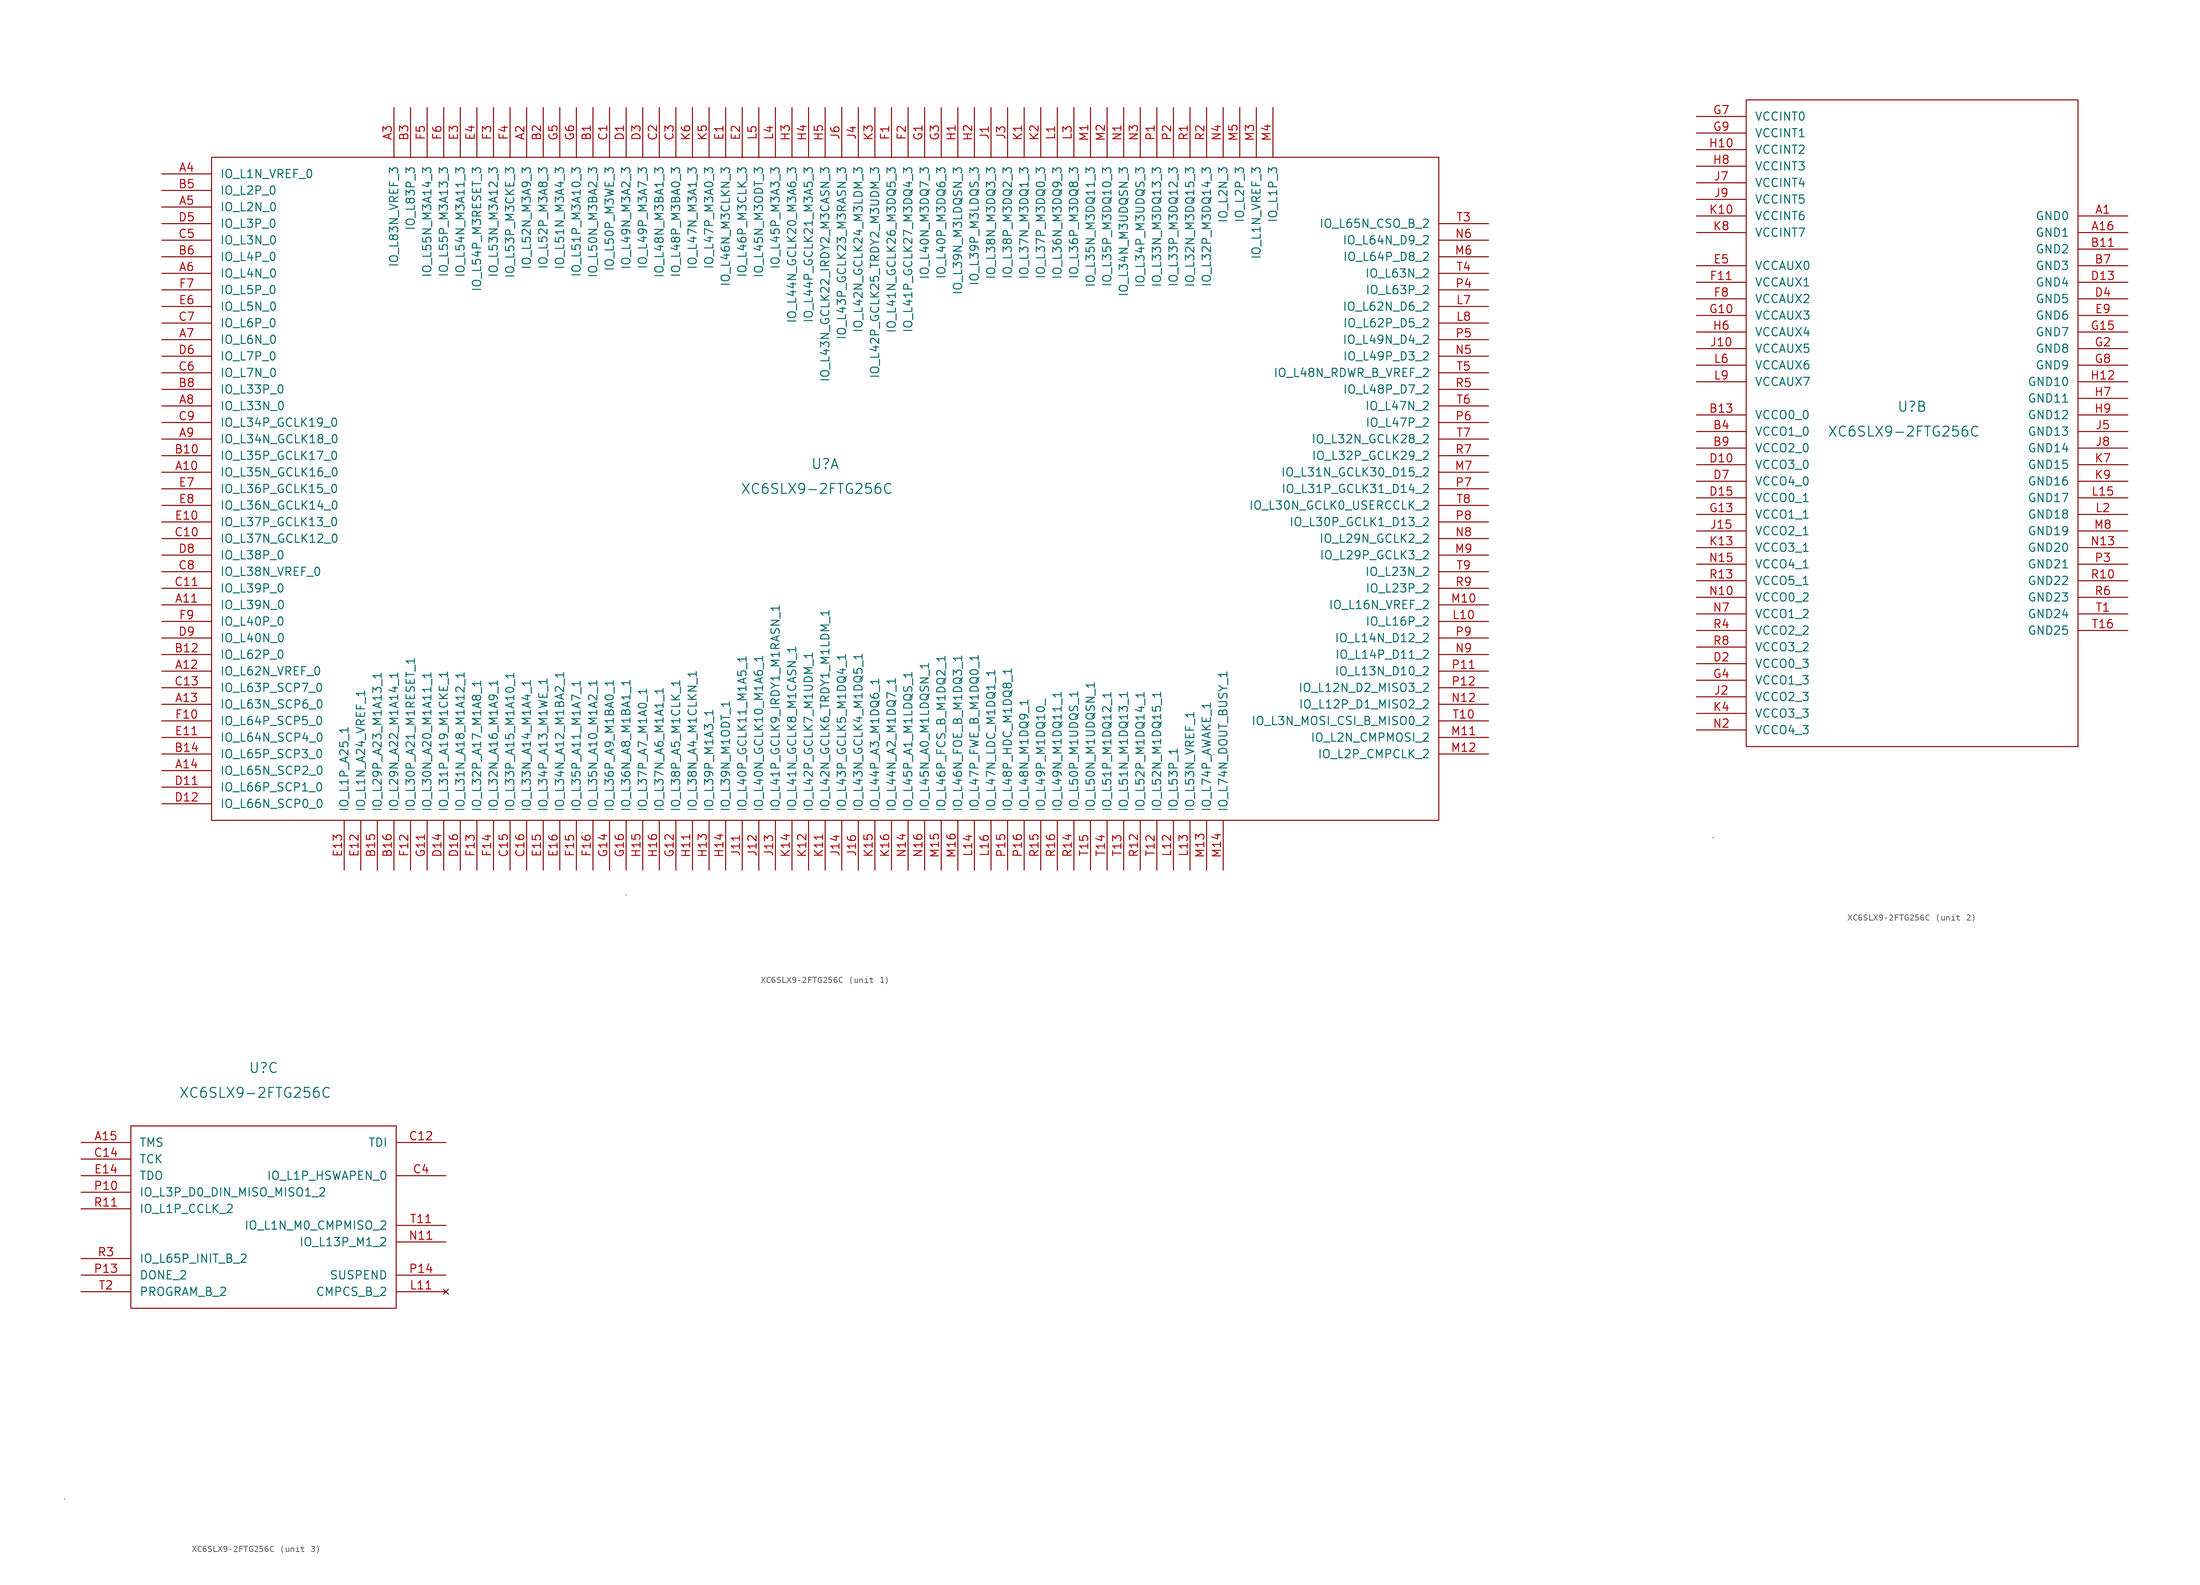
<source format=kicad_sym>
(kicad_symbol_lib
  (version 20211014)
  (generator kicad_symbol_editor)
  (symbol "XC6SLX9-2FTG256C"
    (pin_names
      (offset 1.27))
    (property "Reference" "U"
      (at 0 3.81 0)
      (effects (font (size 1.524 1.524))))
    (property "Value" "XC6SLX9-2FTG256C"
      (at -1.27 0 0)
      (effects (font (size 1.524 1.524))))
    (property "Datasheet" ""
      (at 0 0 0)
      (effects (font (size 1.524 1.524))))
    (property "Height" ""
      (at 0 0 0)
      (effects (font (size 1.27 1.27))))
    (property "ki_locked" ""
      (at 0 0 0)
      (effects (font (size 1.27 1.27))))
    (symbol "XC6SLX9-2FTG256C_0_1"
      (rectangle (start -30.48 -62.23) (end -30.48 -62.23) (stroke (width 0) (type default) (color 0 0 0 0)) (fill (type none))))
    (symbol "XC6SLX9-2FTG256C_1_1"
      (rectangle (start -93.98 50.8) (end 93.98 -50.8) (stroke (width 0) (type default) (color 0 0 0 0)) (fill (type none)))
      (pin bidirectional line (at -101.6 2.54 0) (length 7.62) (name "IO_L35N_GCLK16_0" (effects (font (size 1.27 1.27)))) (number "A10" (effects (font (size 1.27 1.27)))))
      (pin bidirectional line (at -101.6 -17.78 0) (length 7.62) (name "IO_L39N_0" (effects (font (size 1.27 1.27)))) (number "A11" (effects (font (size 1.27 1.27)))))
      (pin bidirectional line (at -101.6 -27.94 0) (length 7.62) (name "IO_L62N_VREF_0" (effects (font (size 1.27 1.27)))) (number "A12" (effects (font (size 1.27 1.27)))))
      (pin bidirectional line (at -101.6 -33.02 0) (length 7.62) (name "IO_L63N_SCP6_0" (effects (font (size 1.27 1.27)))) (number "A13" (effects (font (size 1.27 1.27)))))
      (pin bidirectional line (at -101.6 -43.18 0) (length 7.62) (name "IO_L65N_SCP2_0" (effects (font (size 1.27 1.27)))) (number "A14" (effects (font (size 1.27 1.27)))))
      (pin bidirectional line (at -45.72 58.42 270) (length 7.62) (name "IO_L52N_M3A9_3" (effects (font (size 1.27 1.27)))) (number "A2" (effects (font (size 1.27 1.27)))))
      (pin bidirectional line (at -66.04 58.42 270) (length 7.62) (name "IO_L83N_VREF_3" (effects (font (size 1.27 1.27)))) (number "A3" (effects (font (size 1.27 1.27)))))
      (pin bidirectional line (at -101.6 48.26 0) (length 7.62) (name "IO_L1N_VREF_0" (effects (font (size 1.27 1.27)))) (number "A4" (effects (font (size 1.27 1.27)))))
      (pin bidirectional line (at -101.6 43.18 0) (length 7.62) (name "IO_L2N_0" (effects (font (size 1.27 1.27)))) (number "A5" (effects (font (size 1.27 1.27)))))
      (pin bidirectional line (at -101.6 33.02 0) (length 7.62) (name "IO_L4N_0" (effects (font (size 1.27 1.27)))) (number "A6" (effects (font (size 1.27 1.27)))))
      (pin bidirectional line (at -101.6 22.86 0) (length 7.62) (name "IO_L6N_0" (effects (font (size 1.27 1.27)))) (number "A7" (effects (font (size 1.27 1.27)))))
      (pin bidirectional line (at -101.6 12.7 0) (length 7.62) (name "IO_L33N_0" (effects (font (size 1.27 1.27)))) (number "A8" (effects (font (size 1.27 1.27)))))
      (pin bidirectional line (at -101.6 7.62 0) (length 7.62) (name "IO_L34N_GCLK18_0" (effects (font (size 1.27 1.27)))) (number "A9" (effects (font (size 1.27 1.27)))))
      (pin bidirectional line (at -35.56 58.42 270) (length 7.62) (name "IO_L50N_M3BA2_3" (effects (font (size 1.27 1.27)))) (number "B1" (effects (font (size 1.27 1.27)))))
      (pin input line (at -101.6 5.08 0) (length 7.62) (name "IO_L35P_GCLK17_0" (effects (font (size 1.27 1.27)))) (number "B10" (effects (font (size 1.27 1.27)))))
      (pin bidirectional line (at -101.6 -25.4 0) (length 7.62) (name "IO_L62P_0" (effects (font (size 1.27 1.27)))) (number "B12" (effects (font (size 1.27 1.27)))))
      (pin bidirectional line (at -101.6 -40.64 0) (length 7.62) (name "IO_L65P_SCP3_0" (effects (font (size 1.27 1.27)))) (number "B14" (effects (font (size 1.27 1.27)))))
      (pin bidirectional line (at -68.58 -58.42 90) (length 7.62) (name "IO_L29P_A23_M1A13_1" (effects (font (size 1.27 1.27)))) (number "B15" (effects (font (size 1.27 1.27)))))
      (pin bidirectional line (at -66.04 -58.42 90) (length 7.62) (name "IO_L29N_A22_M1A14_1" (effects (font (size 1.27 1.27)))) (number "B16" (effects (font (size 1.27 1.27)))))
      (pin bidirectional line (at -43.18 58.42 270) (length 7.62) (name "IO_L52P_M3A8_3" (effects (font (size 1.27 1.27)))) (number "B2" (effects (font (size 1.27 1.27)))))
      (pin bidirectional line (at -63.5 58.42 270) (length 7.62) (name "IO_L83P_3" (effects (font (size 1.27 1.27)))) (number "B3" (effects (font (size 1.27 1.27)))))
      (pin bidirectional line (at -101.6 45.72 0) (length 7.62) (name "IO_L2P_0" (effects (font (size 1.27 1.27)))) (number "B5" (effects (font (size 1.27 1.27)))))
      (pin input line (at -101.6 35.56 0) (length 7.62) (name "IO_L4P_0" (effects (font (size 1.27 1.27)))) (number "B6" (effects (font (size 1.27 1.27)))))
      (pin bidirectional line (at -101.6 15.24 0) (length 7.62) (name "IO_L33P_0" (effects (font (size 1.27 1.27)))) (number "B8" (effects (font (size 1.27 1.27)))))
      (pin bidirectional line (at -33.02 58.42 270) (length 7.62) (name "IO_L50P_M3WE_3" (effects (font (size 1.27 1.27)))) (number "C1" (effects (font (size 1.27 1.27)))))
      (pin bidirectional line (at -101.6 -7.62 0) (length 7.62) (name "IO_L37N_GCLK12_0" (effects (font (size 1.27 1.27)))) (number "C10" (effects (font (size 1.27 1.27)))))
      (pin bidirectional line (at -101.6 -15.24 0) (length 7.62) (name "IO_L39P_0" (effects (font (size 1.27 1.27)))) (number "C11" (effects (font (size 1.27 1.27)))))
      (pin bidirectional line (at -101.6 -30.48 0) (length 7.62) (name "IO_L63P_SCP7_0" (effects (font (size 1.27 1.27)))) (number "C13" (effects (font (size 1.27 1.27)))))
      (pin input line (at -48.26 -58.42 90) (length 7.62) (name "IO_L33P_A15_M1A10_1" (effects (font (size 1.27 1.27)))) (number "C15" (effects (font (size 1.27 1.27)))))
      (pin bidirectional line (at -45.72 -58.42 90) (length 7.62) (name "IO_L33N_A14_M1A4_1" (effects (font (size 1.27 1.27)))) (number "C16" (effects (font (size 1.27 1.27)))))
      (pin bidirectional line (at -25.4 58.42 270) (length 7.62) (name "IO_L48N_M3BA1_3" (effects (font (size 1.27 1.27)))) (number "C2" (effects (font (size 1.27 1.27)))))
      (pin bidirectional line (at -22.86 58.42 270) (length 7.62) (name "IO_L48P_M3BA0_3" (effects (font (size 1.27 1.27)))) (number "C3" (effects (font (size 1.27 1.27)))))
      (pin bidirectional line (at -101.6 38.1 0) (length 7.62) (name "IO_L3N_0" (effects (font (size 1.27 1.27)))) (number "C5" (effects (font (size 1.27 1.27)))))
      (pin bidirectional line (at -101.6 17.78 0) (length 7.62) (name "IO_L7N_0" (effects (font (size 1.27 1.27)))) (number "C6" (effects (font (size 1.27 1.27)))))
      (pin bidirectional line (at -101.6 25.4 0) (length 7.62) (name "IO_L6P_0" (effects (font (size 1.27 1.27)))) (number "C7" (effects (font (size 1.27 1.27)))))
      (pin bidirectional line (at -101.6 -12.7 0) (length 7.62) (name "IO_L38N_VREF_0" (effects (font (size 1.27 1.27)))) (number "C8" (effects (font (size 1.27 1.27)))))
      (pin bidirectional line (at -101.6 10.16 0) (length 7.62) (name "IO_L34P_GCLK19_0" (effects (font (size 1.27 1.27)))) (number "C9" (effects (font (size 1.27 1.27)))))
      (pin bidirectional line (at -30.48 58.42 270) (length 7.62) (name "IO_L49N_M3A2_3" (effects (font (size 1.27 1.27)))) (number "D1" (effects (font (size 1.27 1.27)))))
      (pin bidirectional line (at -101.6 -45.72 0) (length 7.62) (name "IO_L66P_SCP1_0" (effects (font (size 1.27 1.27)))) (number "D11" (effects (font (size 1.27 1.27)))))
      (pin bidirectional line (at -101.6 -48.26 0) (length 7.62) (name "IO_L66N_SCP0_0" (effects (font (size 1.27 1.27)))) (number "D12" (effects (font (size 1.27 1.27)))))
      (pin bidirectional line (at -58.42 -58.42 90) (length 7.62) (name "IO_L31P_A19_M1CKE_1" (effects (font (size 1.27 1.27)))) (number "D14" (effects (font (size 1.27 1.27)))))
      (pin bidirectional line (at -55.88 -58.42 90) (length 7.62) (name "IO_L31N_A18_M1A12_1" (effects (font (size 1.27 1.27)))) (number "D16" (effects (font (size 1.27 1.27)))))
      (pin bidirectional line (at -27.94 58.42 270) (length 7.62) (name "IO_L49P_M3A7_3" (effects (font (size 1.27 1.27)))) (number "D3" (effects (font (size 1.27 1.27)))))
      (pin bidirectional line (at -101.6 40.64 0) (length 7.62) (name "IO_L3P_0" (effects (font (size 1.27 1.27)))) (number "D5" (effects (font (size 1.27 1.27)))))
      (pin bidirectional line (at -101.6 20.32 0) (length 7.62) (name "IO_L7P_0" (effects (font (size 1.27 1.27)))) (number "D6" (effects (font (size 1.27 1.27)))))
      (pin bidirectional line (at -101.6 -10.16 0) (length 7.62) (name "IO_L38P_0" (effects (font (size 1.27 1.27)))) (number "D8" (effects (font (size 1.27 1.27)))))
      (pin bidirectional line (at -101.6 -22.86 0) (length 7.62) (name "IO_L40N_0" (effects (font (size 1.27 1.27)))) (number "D9" (effects (font (size 1.27 1.27)))))
      (pin bidirectional line (at -15.24 58.42 270) (length 7.62) (name "IO_L46N_M3CLKN_3" (effects (font (size 1.27 1.27)))) (number "E1" (effects (font (size 1.27 1.27)))))
      (pin bidirectional line (at -101.6 -5.08 0) (length 7.62) (name "IO_L37P_GCLK13_0" (effects (font (size 1.27 1.27)))) (number "E10" (effects (font (size 1.27 1.27)))))
      (pin bidirectional line (at -101.6 -38.1 0) (length 7.62) (name "IO_L64N_SCP4_0" (effects (font (size 1.27 1.27)))) (number "E11" (effects (font (size 1.27 1.27)))))
      (pin bidirectional line (at -71.12 -58.42 90) (length 7.62) (name "IO_L1N_A24_VREF_1" (effects (font (size 1.27 1.27)))) (number "E12" (effects (font (size 1.27 1.27)))))
      (pin bidirectional line (at -73.66 -58.42 90) (length 7.62) (name "IO_L1P_A25_1" (effects (font (size 1.27 1.27)))) (number "E13" (effects (font (size 1.27 1.27)))))
      (pin bidirectional line (at -43.18 -58.42 90) (length 7.62) (name "IO_L34P_A13_M1WE_1" (effects (font (size 1.27 1.27)))) (number "E15" (effects (font (size 1.27 1.27)))))
      (pin bidirectional line (at -40.64 -58.42 90) (length 7.62) (name "IO_L34N_A12_M1BA2_1" (effects (font (size 1.27 1.27)))) (number "E16" (effects (font (size 1.27 1.27)))))
      (pin bidirectional line (at -12.7 58.42 270) (length 7.62) (name "IO_L46P_M3CLK_3" (effects (font (size 1.27 1.27)))) (number "E2" (effects (font (size 1.27 1.27)))))
      (pin bidirectional line (at -55.88 58.42 270) (length 7.62) (name "IO_L54N_M3A11_3" (effects (font (size 1.27 1.27)))) (number "E3" (effects (font (size 1.27 1.27)))))
      (pin bidirectional line (at -53.34 58.42 270) (length 7.62) (name "IO_L54P_M3RESET_3" (effects (font (size 1.27 1.27)))) (number "E4" (effects (font (size 1.27 1.27)))))
      (pin bidirectional line (at -101.6 27.94 0) (length 7.62) (name "IO_L5N_0" (effects (font (size 1.27 1.27)))) (number "E6" (effects (font (size 1.27 1.27)))))
      (pin bidirectional line (at -101.6 0 0) (length 7.62) (name "IO_L36P_GCLK15_0" (effects (font (size 1.27 1.27)))) (number "E7" (effects (font (size 1.27 1.27)))))
      (pin bidirectional line (at -101.6 -2.54 0) (length 7.62) (name "IO_L36N_GCLK14_0" (effects (font (size 1.27 1.27)))) (number "E8" (effects (font (size 1.27 1.27)))))
      (pin bidirectional line (at 10.16 58.42 270) (length 7.62) (name "IO_L41N_GCLK26_M3DQ5_3" (effects (font (size 1.27 1.27)))) (number "F1" (effects (font (size 1.27 1.27)))))
      (pin bidirectional line (at -101.6 -35.56 0) (length 7.62) (name "IO_L64P_SCP5_0" (effects (font (size 1.27 1.27)))) (number "F10" (effects (font (size 1.27 1.27)))))
      (pin bidirectional line (at -63.5 -58.42 90) (length 7.62) (name "IO_L30P_A21_M1RESET_1" (effects (font (size 1.27 1.27)))) (number "F12" (effects (font (size 1.27 1.27)))))
      (pin bidirectional line (at -53.34 -58.42 90) (length 7.62) (name "IO_L32P_A17_M1A8_1" (effects (font (size 1.27 1.27)))) (number "F13" (effects (font (size 1.27 1.27)))))
      (pin bidirectional line (at -50.8 -58.42 90) (length 7.62) (name "IO_L32N_A16_M1A9_1" (effects (font (size 1.27 1.27)))) (number "F14" (effects (font (size 1.27 1.27)))))
      (pin bidirectional line (at -38.1 -58.42 90) (length 7.62) (name "IO_L35P_A11_M1A7_1" (effects (font (size 1.27 1.27)))) (number "F15" (effects (font (size 1.27 1.27)))))
      (pin bidirectional line (at -35.56 -58.42 90) (length 7.62) (name "IO_L35N_A10_M1A2_1" (effects (font (size 1.27 1.27)))) (number "F16" (effects (font (size 1.27 1.27)))))
      (pin bidirectional line (at 12.7 58.42 270) (length 7.62) (name "IO_L41P_GCLK27_M3DQ4_3" (effects (font (size 1.27 1.27)))) (number "F2" (effects (font (size 1.27 1.27)))))
      (pin bidirectional line (at -50.8 58.42 270) (length 7.62) (name "IO_L53N_M3A12_3" (effects (font (size 1.27 1.27)))) (number "F3" (effects (font (size 1.27 1.27)))))
      (pin bidirectional line (at -48.26 58.42 270) (length 7.62) (name "IO_L53P_M3CKE_3" (effects (font (size 1.27 1.27)))) (number "F4" (effects (font (size 1.27 1.27)))))
      (pin bidirectional line (at -60.96 58.42 270) (length 7.62) (name "IO_L55N_M3A14_3" (effects (font (size 1.27 1.27)))) (number "F5" (effects (font (size 1.27 1.27)))))
      (pin bidirectional line (at -58.42 58.42 270) (length 7.62) (name "IO_L55P_M3A13_3" (effects (font (size 1.27 1.27)))) (number "F6" (effects (font (size 1.27 1.27)))))
      (pin bidirectional line (at -101.6 30.48 0) (length 7.62) (name "IO_L5P_0" (effects (font (size 1.27 1.27)))) (number "F7" (effects (font (size 1.27 1.27)))))
      (pin bidirectional line (at -101.6 -20.32 0) (length 7.62) (name "IO_L40P_0" (effects (font (size 1.27 1.27)))) (number "F9" (effects (font (size 1.27 1.27)))))
      (pin bidirectional line (at 15.24 58.42 270) (length 7.62) (name "IO_L40N_M3DQ7_3" (effects (font (size 1.27 1.27)))) (number "G1" (effects (font (size 1.27 1.27)))))
      (pin bidirectional line (at -60.96 -58.42 90) (length 7.62) (name "IO_L30N_A20_M1A11_1" (effects (font (size 1.27 1.27)))) (number "G11" (effects (font (size 1.27 1.27)))))
      (pin bidirectional line (at -22.86 -58.42 90) (length 7.62) (name "IO_L38P_A5_M1CLK_1" (effects (font (size 1.27 1.27)))) (number "G12" (effects (font (size 1.27 1.27)))))
      (pin bidirectional line (at -33.02 -58.42 90) (length 7.62) (name "IO_L36P_A9_M1BA0_1" (effects (font (size 1.27 1.27)))) (number "G14" (effects (font (size 1.27 1.27)))))
      (pin bidirectional line (at -30.48 -58.42 90) (length 7.62) (name "IO_L36N_A8_M1BA1_1" (effects (font (size 1.27 1.27)))) (number "G16" (effects (font (size 1.27 1.27)))))
      (pin bidirectional line (at 17.78 58.42 270) (length 7.62) (name "IO_L40P_M3DQ6_3" (effects (font (size 1.27 1.27)))) (number "G3" (effects (font (size 1.27 1.27)))))
      (pin bidirectional line (at -40.64 58.42 270) (length 7.62) (name "IO_L51N_M3A4_3" (effects (font (size 1.27 1.27)))) (number "G5" (effects (font (size 1.27 1.27)))))
      (pin bidirectional line (at -38.1 58.42 270) (length 7.62) (name "IO_L51P_M3A10_3" (effects (font (size 1.27 1.27)))) (number "G6" (effects (font (size 1.27 1.27)))))
      (pin bidirectional line (at 20.32 58.42 270) (length 7.62) (name "IO_L39N_M3LDQSN_3" (effects (font (size 1.27 1.27)))) (number "H1" (effects (font (size 1.27 1.27)))))
      (pin bidirectional line (at -20.32 -58.42 90) (length 7.62) (name "IO_L38N_A4_M1CLKN_1" (effects (font (size 1.27 1.27)))) (number "H11" (effects (font (size 1.27 1.27)))))
      (pin bidirectional line (at -17.78 -58.42 90) (length 7.62) (name "IO_L39P_M1A3_1" (effects (font (size 1.27 1.27)))) (number "H13" (effects (font (size 1.27 1.27)))))
      (pin input line (at -15.24 -58.42 90) (length 7.62) (name "IO_L39N_M1ODT_1" (effects (font (size 1.27 1.27)))) (number "H14" (effects (font (size 1.27 1.27)))))
      (pin bidirectional line (at -27.94 -58.42 90) (length 7.62) (name "IO_L37P_A7_M1A0_1" (effects (font (size 1.27 1.27)))) (number "H15" (effects (font (size 1.27 1.27)))))
      (pin bidirectional line (at -25.4 -58.42 90) (length 7.62) (name "IO_L37N_A6_M1A1_1" (effects (font (size 1.27 1.27)))) (number "H16" (effects (font (size 1.27 1.27)))))
      (pin bidirectional line (at 22.86 58.42 270) (length 7.62) (name "IO_L39P_M3LDQS_3" (effects (font (size 1.27 1.27)))) (number "H2" (effects (font (size 1.27 1.27)))))
      (pin bidirectional line (at -5.08 58.42 270) (length 7.62) (name "IO_L44N_GCLK20_M3A6_3" (effects (font (size 1.27 1.27)))) (number "H3" (effects (font (size 1.27 1.27)))))
      (pin bidirectional line (at -2.54 58.42 270) (length 7.62) (name "IO_L44P_GCLK21_M3A5_3" (effects (font (size 1.27 1.27)))) (number "H4" (effects (font (size 1.27 1.27)))))
      (pin bidirectional line (at 0 58.42 270) (length 7.62) (name "IO_L43N_GCLK22_IRDY2_M3CASN_3" (effects (font (size 1.27 1.27)))) (number "H5" (effects (font (size 1.27 1.27)))))
      (pin bidirectional line (at 25.4 58.42 270) (length 7.62) (name "IO_L38N_M3DQ3_3" (effects (font (size 1.27 1.27)))) (number "J1" (effects (font (size 1.27 1.27)))))
      (pin bidirectional line (at -12.7 -58.42 90) (length 7.62) (name "IO_L40P_GCLK11_M1A5_1" (effects (font (size 1.27 1.27)))) (number "J11" (effects (font (size 1.27 1.27)))))
      (pin bidirectional line (at -10.16 -58.42 90) (length 7.62) (name "IO_L40N_GCLK10_M1A6_1" (effects (font (size 1.27 1.27)))) (number "J12" (effects (font (size 1.27 1.27)))))
      (pin bidirectional line (at -7.62 -58.42 90) (length 7.62) (name "IO_L41P_GCLK9_IRDY1_M1RASN_1" (effects (font (size 1.27 1.27)))) (number "J13" (effects (font (size 1.27 1.27)))))
      (pin bidirectional line (at 2.54 -58.42 90) (length 7.62) (name "IO_L43P_GCLK5_M1DQ4_1" (effects (font (size 1.27 1.27)))) (number "J14" (effects (font (size 1.27 1.27)))))
      (pin bidirectional line (at 5.08 -58.42 90) (length 7.62) (name "IO_L43N_GCLK4_M1DQ5_1" (effects (font (size 1.27 1.27)))) (number "J16" (effects (font (size 1.27 1.27)))))
      (pin bidirectional line (at 27.94 58.42 270) (length 7.62) (name "IO_L38P_M3DQ2_3" (effects (font (size 1.27 1.27)))) (number "J3" (effects (font (size 1.27 1.27)))))
      (pin bidirectional line (at 5.08 58.42 270) (length 7.62) (name "IO_L42N_GCLK24_M3LDM_3" (effects (font (size 1.27 1.27)))) (number "J4" (effects (font (size 1.27 1.27)))))
      (pin bidirectional line (at 2.54 58.42 270) (length 7.62) (name "IO_L43P_GCLK23_M3RASN_3" (effects (font (size 1.27 1.27)))) (number "J6" (effects (font (size 1.27 1.27)))))
      (pin bidirectional line (at 30.48 58.42 270) (length 7.62) (name "IO_L37N_M3DQ1_3" (effects (font (size 1.27 1.27)))) (number "K1" (effects (font (size 1.27 1.27)))))
      (pin bidirectional line (at 0 -58.42 90) (length 7.62) (name "IO_L42N_GCLK6_TRDY1_M1LDM_1" (effects (font (size 1.27 1.27)))) (number "K11" (effects (font (size 1.27 1.27)))))
      (pin bidirectional line (at -2.54 -58.42 90) (length 7.62) (name "IO_L42P_GCLK7_M1UDM_1" (effects (font (size 1.27 1.27)))) (number "K12" (effects (font (size 1.27 1.27)))))
      (pin bidirectional line (at -5.08 -58.42 90) (length 7.62) (name "IO_L41N_GCLK8_M1CASN_1" (effects (font (size 1.27 1.27)))) (number "K14" (effects (font (size 1.27 1.27)))))
      (pin bidirectional line (at 7.62 -58.42 90) (length 7.62) (name "IO_L44P_A3_M1DQ6_1" (effects (font (size 1.27 1.27)))) (number "K15" (effects (font (size 1.27 1.27)))))
      (pin bidirectional line (at 10.16 -58.42 90) (length 7.62) (name "IO_L44N_A2_M1DQ7_1" (effects (font (size 1.27 1.27)))) (number "K16" (effects (font (size 1.27 1.27)))))
      (pin bidirectional line (at 33.02 58.42 270) (length 7.62) (name "IO_L37P_M3DQ0_3" (effects (font (size 1.27 1.27)))) (number "K2" (effects (font (size 1.27 1.27)))))
      (pin bidirectional line (at 7.62 58.42 270) (length 7.62) (name "IO_L42P_GCLK25_TRDY2_M3UDM_3" (effects (font (size 1.27 1.27)))) (number "K3" (effects (font (size 1.27 1.27)))))
      (pin bidirectional line (at -17.78 58.42 270) (length 7.62) (name "IO_L47P_M3A0_3" (effects (font (size 1.27 1.27)))) (number "K5" (effects (font (size 1.27 1.27)))))
      (pin bidirectional line (at -20.32 58.42 270) (length 7.62) (name "IO_L47N_M3A1_3" (effects (font (size 1.27 1.27)))) (number "K6" (effects (font (size 1.27 1.27)))))
      (pin bidirectional line (at 35.56 58.42 270) (length 7.62) (name "IO_L36N_M3DQ9_3" (effects (font (size 1.27 1.27)))) (number "L1" (effects (font (size 1.27 1.27)))))
      (pin bidirectional line (at 101.6 -20.32 180) (length 7.62) (name "IO_L16P_2" (effects (font (size 1.27 1.27)))) (number "L10" (effects (font (size 1.27 1.27)))))
      (pin bidirectional line (at 53.34 -58.42 90) (length 7.62) (name "IO_L53P_1" (effects (font (size 1.27 1.27)))) (number "L12" (effects (font (size 1.27 1.27)))))
      (pin bidirectional line (at 55.88 -58.42 90) (length 7.62) (name "IO_L53N_VREF_1" (effects (font (size 1.27 1.27)))) (number "L13" (effects (font (size 1.27 1.27)))))
      (pin bidirectional line (at 22.86 -58.42 90) (length 7.62) (name "IO_L47P_FWE_B_M1DQ0_1" (effects (font (size 1.27 1.27)))) (number "L14" (effects (font (size 1.27 1.27)))))
      (pin bidirectional line (at 25.4 -58.42 90) (length 7.62) (name "IO_L47N_LDC_M1DQ1_1" (effects (font (size 1.27 1.27)))) (number "L16" (effects (font (size 1.27 1.27)))))
      (pin bidirectional line (at 38.1 58.42 270) (length 7.62) (name "IO_L36P_M3DQ8_3" (effects (font (size 1.27 1.27)))) (number "L3" (effects (font (size 1.27 1.27)))))
      (pin bidirectional line (at -7.62 58.42 270) (length 7.62) (name "IO_L45P_M3A3_3" (effects (font (size 1.27 1.27)))) (number "L4" (effects (font (size 1.27 1.27)))))
      (pin bidirectional line (at -10.16 58.42 270) (length 7.62) (name "IO_L45N_M3ODT_3" (effects (font (size 1.27 1.27)))) (number "L5" (effects (font (size 1.27 1.27)))))
      (pin input line (at 101.6 27.94 180) (length 7.62) (name "IO_L62N_D6_2" (effects (font (size 1.27 1.27)))) (number "L7" (effects (font (size 1.27 1.27)))))
      (pin input line (at 101.6 25.4 180) (length 7.62) (name "IO_L62P_D5_2" (effects (font (size 1.27 1.27)))) (number "L8" (effects (font (size 1.27 1.27)))))
      (pin bidirectional line (at 40.64 58.42 270) (length 7.62) (name "IO_L35N_M3DQ11_3" (effects (font (size 1.27 1.27)))) (number "M1" (effects (font (size 1.27 1.27)))))
      (pin bidirectional line (at 101.6 -17.78 180) (length 7.62) (name "IO_L16N_VREF_2" (effects (font (size 1.27 1.27)))) (number "M10" (effects (font (size 1.27 1.27)))))
      (pin bidirectional line (at 101.6 -38.1 180) (length 7.62) (name "IO_L2N_CMPMOSI_2" (effects (font (size 1.27 1.27)))) (number "M11" (effects (font (size 1.27 1.27)))))
      (pin bidirectional line (at 101.6 -40.64 180) (length 7.62) (name "IO_L2P_CMPCLK_2" (effects (font (size 1.27 1.27)))) (number "M12" (effects (font (size 1.27 1.27)))))
      (pin bidirectional line (at 58.42 -58.42 90) (length 7.62) (name "IO_L74P_AWAKE_1" (effects (font (size 1.27 1.27)))) (number "M13" (effects (font (size 1.27 1.27)))))
      (pin bidirectional line (at 60.96 -58.42 90) (length 7.62) (name "IO_L74N_DOUT_BUSY_1" (effects (font (size 1.27 1.27)))) (number "M14" (effects (font (size 1.27 1.27)))))
      (pin bidirectional line (at 17.78 -58.42 90) (length 7.62) (name "IO_L46P_FCS_B_M1DQ2_1" (effects (font (size 1.27 1.27)))) (number "M15" (effects (font (size 1.27 1.27)))))
      (pin bidirectional line (at 20.32 -58.42 90) (length 7.62) (name "IO_L46N_FOE_B_M1DQ3_1" (effects (font (size 1.27 1.27)))) (number "M16" (effects (font (size 1.27 1.27)))))
      (pin bidirectional line (at 43.18 58.42 270) (length 7.62) (name "IO_L35P_M3DQ10_3" (effects (font (size 1.27 1.27)))) (number "M2" (effects (font (size 1.27 1.27)))))
      (pin bidirectional line (at 66.04 58.42 270) (length 7.62) (name "IO_L1N_VREF_3" (effects (font (size 1.27 1.27)))) (number "M3" (effects (font (size 1.27 1.27)))))
      (pin bidirectional line (at 68.58 58.42 270) (length 7.62) (name "IO_L1P_3" (effects (font (size 1.27 1.27)))) (number "M4" (effects (font (size 1.27 1.27)))))
      (pin bidirectional line (at 63.5 58.42 270) (length 7.62) (name "IO_L2P_3" (effects (font (size 1.27 1.27)))) (number "M5" (effects (font (size 1.27 1.27)))))
      (pin input line (at 101.6 35.56 180) (length 7.62) (name "IO_L64P_D8_2" (effects (font (size 1.27 1.27)))) (number "M6" (effects (font (size 1.27 1.27)))))
      (pin bidirectional line (at 101.6 2.54 180) (length 7.62) (name "IO_L31N_GCLK30_D15_2" (effects (font (size 1.27 1.27)))) (number "M7" (effects (font (size 1.27 1.27)))))
      (pin bidirectional line (at 101.6 -10.16 180) (length 7.62) (name "IO_L29P_GCLK3_2" (effects (font (size 1.27 1.27)))) (number "M9" (effects (font (size 1.27 1.27)))))
      (pin bidirectional line (at 45.72 58.42 270) (length 7.62) (name "IO_L34N_M3UDQSN_3" (effects (font (size 1.27 1.27)))) (number "N1" (effects (font (size 1.27 1.27)))))
      (pin bidirectional line (at 101.6 -33.02 180) (length 7.62) (name "IO_L12P_D1_MISO2_2" (effects (font (size 1.27 1.27)))) (number "N12" (effects (font (size 1.27 1.27)))))
      (pin bidirectional line (at 12.7 -58.42 90) (length 7.62) (name "IO_L45P_A1_M1LDQS_1" (effects (font (size 1.27 1.27)))) (number "N14" (effects (font (size 1.27 1.27)))))
      (pin bidirectional line (at 15.24 -58.42 90) (length 7.62) (name "IO_L45N_A0_M1LDQSN_1" (effects (font (size 1.27 1.27)))) (number "N16" (effects (font (size 1.27 1.27)))))
      (pin input line (at 48.26 58.42 270) (length 7.62) (name "IO_L34P_M3UDQS_3" (effects (font (size 1.27 1.27)))) (number "N3" (effects (font (size 1.27 1.27)))))
      (pin bidirectional line (at 60.96 58.42 270) (length 7.62) (name "IO_L2N_3" (effects (font (size 1.27 1.27)))) (number "N4" (effects (font (size 1.27 1.27)))))
      (pin input line (at 101.6 20.32 180) (length 7.62) (name "IO_L49P_D3_2" (effects (font (size 1.27 1.27)))) (number "N5" (effects (font (size 1.27 1.27)))))
      (pin input line (at 101.6 38.1 180) (length 7.62) (name "IO_L64N_D9_2" (effects (font (size 1.27 1.27)))) (number "N6" (effects (font (size 1.27 1.27)))))
      (pin bidirectional line (at 101.6 -7.62 180) (length 7.62) (name "IO_L29N_GCLK2_2" (effects (font (size 1.27 1.27)))) (number "N8" (effects (font (size 1.27 1.27)))))
      (pin bidirectional line (at 101.6 -25.4 180) (length 7.62) (name "IO_L14P_D11_2" (effects (font (size 1.27 1.27)))) (number "N9" (effects (font (size 1.27 1.27)))))
      (pin bidirectional line (at 50.8 58.42 270) (length 7.62) (name "IO_L33N_M3DQ13_3" (effects (font (size 1.27 1.27)))) (number "P1" (effects (font (size 1.27 1.27)))))
      (pin bidirectional line (at 101.6 -27.94 180) (length 7.62) (name "IO_L13N_D10_2" (effects (font (size 1.27 1.27)))) (number "P11" (effects (font (size 1.27 1.27)))))
      (pin bidirectional line (at 101.6 -30.48 180) (length 7.62) (name "IO_L12N_D2_MISO3_2" (effects (font (size 1.27 1.27)))) (number "P12" (effects (font (size 1.27 1.27)))))
      (pin bidirectional line (at 27.94 -58.42 90) (length 7.62) (name "IO_L48P_HDC_M1DQ8_1" (effects (font (size 1.27 1.27)))) (number "P15" (effects (font (size 1.27 1.27)))))
      (pin bidirectional line (at 30.48 -58.42 90) (length 7.62) (name "IO_L48N_M1DQ9_1" (effects (font (size 1.27 1.27)))) (number "P16" (effects (font (size 1.27 1.27)))))
      (pin bidirectional line (at 53.34 58.42 270) (length 7.62) (name "IO_L33P_M3DQ12_3" (effects (font (size 1.27 1.27)))) (number "P2" (effects (font (size 1.27 1.27)))))
      (pin input line (at 101.6 30.48 180) (length 7.62) (name "IO_L63P_2" (effects (font (size 1.27 1.27)))) (number "P4" (effects (font (size 1.27 1.27)))))
      (pin input line (at 101.6 22.86 180) (length 7.62) (name "IO_L49N_D4_2" (effects (font (size 1.27 1.27)))) (number "P5" (effects (font (size 1.27 1.27)))))
      (pin input line (at 101.6 10.16 180) (length 7.62) (name "IO_L47P_2" (effects (font (size 1.27 1.27)))) (number "P6" (effects (font (size 1.27 1.27)))))
      (pin bidirectional line (at 101.6 0 180) (length 7.62) (name "IO_L31P_GCLK31_D14_2" (effects (font (size 1.27 1.27)))) (number "P7" (effects (font (size 1.27 1.27)))))
      (pin bidirectional line (at 101.6 -5.08 180) (length 7.62) (name "IO_L30P_GCLK1_D13_2" (effects (font (size 1.27 1.27)))) (number "P8" (effects (font (size 1.27 1.27)))))
      (pin bidirectional line (at 101.6 -22.86 180) (length 7.62) (name "IO_L14N_D12_2" (effects (font (size 1.27 1.27)))) (number "P9" (effects (font (size 1.27 1.27)))))
      (pin bidirectional line (at 55.88 58.42 270) (length 7.62) (name "IO_L32N_M3DQ15_3" (effects (font (size 1.27 1.27)))) (number "R1" (effects (font (size 1.27 1.27)))))
      (pin bidirectional line (at 48.26 -58.42 90) (length 7.62) (name "IO_L52P_M1DQ14_1" (effects (font (size 1.27 1.27)))) (number "R12" (effects (font (size 1.27 1.27)))))
      (pin bidirectional line (at 38.1 -58.42 90) (length 7.62) (name "IO_L50P_M1UDQS_1" (effects (font (size 1.27 1.27)))) (number "R14" (effects (font (size 1.27 1.27)))))
      (pin bidirectional line (at 33.02 -58.42 90) (length 7.62) (name "IO_L49P_M1DQ10_" (effects (font (size 1.27 1.27)))) (number "R15" (effects (font (size 1.27 1.27)))))
      (pin bidirectional line (at 35.56 -58.42 90) (length 7.62) (name "IO_L49N_M1DQ11_1" (effects (font (size 1.27 1.27)))) (number "R16" (effects (font (size 1.27 1.27)))))
      (pin bidirectional line (at 58.42 58.42 270) (length 7.62) (name "IO_L32P_M3DQ14_3" (effects (font (size 1.27 1.27)))) (number "R2" (effects (font (size 1.27 1.27)))))
      (pin input line (at 101.6 15.24 180) (length 7.62) (name "IO_L48P_D7_2" (effects (font (size 1.27 1.27)))) (number "R5" (effects (font (size 1.27 1.27)))))
      (pin bidirectional line (at 101.6 5.08 180) (length 7.62) (name "IO_L32P_GCLK29_2" (effects (font (size 1.27 1.27)))) (number "R7" (effects (font (size 1.27 1.27)))))
      (pin bidirectional line (at 101.6 -15.24 180) (length 7.62) (name "IO_L23P_2" (effects (font (size 1.27 1.27)))) (number "R9" (effects (font (size 1.27 1.27)))))
      (pin bidirectional line (at 101.6 -35.56 180) (length 7.62) (name "IO_L3N_MOSI_CSI_B_MISO0_2" (effects (font (size 1.27 1.27)))) (number "T10" (effects (font (size 1.27 1.27)))))
      (pin bidirectional line (at 50.8 -58.42 90) (length 7.62) (name "IO_L52N_M1DQ15_1" (effects (font (size 1.27 1.27)))) (number "T12" (effects (font (size 1.27 1.27)))))
      (pin bidirectional line (at 45.72 -58.42 90) (length 7.62) (name "IO_L51N_M1DQ13_1" (effects (font (size 1.27 1.27)))) (number "T13" (effects (font (size 1.27 1.27)))))
      (pin bidirectional line (at 43.18 -58.42 90) (length 7.62) (name "IO_L51P_M1DQ12_1" (effects (font (size 1.27 1.27)))) (number "T14" (effects (font (size 1.27 1.27)))))
      (pin bidirectional line (at 40.64 -58.42 90) (length 7.62) (name "IO_L50N_M1UDQSN_1" (effects (font (size 1.27 1.27)))) (number "T15" (effects (font (size 1.27 1.27)))))
      (pin input line (at 101.6 40.64 180) (length 7.62) (name "IO_L65N_CSO_B_2" (effects (font (size 1.27 1.27)))) (number "T3" (effects (font (size 1.27 1.27)))))
      (pin input line (at 101.6 33.02 180) (length 7.62) (name "IO_L63N_2" (effects (font (size 1.27 1.27)))) (number "T4" (effects (font (size 1.27 1.27)))))
      (pin input line (at 101.6 17.78 180) (length 7.62) (name "IO_L48N_RDWR_B_VREF_2" (effects (font (size 1.27 1.27)))) (number "T5" (effects (font (size 1.27 1.27)))))
      (pin input line (at 101.6 12.7 180) (length 7.62) (name "IO_L47N_2" (effects (font (size 1.27 1.27)))) (number "T6" (effects (font (size 1.27 1.27)))))
      (pin bidirectional line (at 101.6 7.62 180) (length 7.62) (name "IO_L32N_GCLK28_2" (effects (font (size 1.27 1.27)))) (number "T7" (effects (font (size 1.27 1.27)))))
      (pin bidirectional line (at 101.6 -2.54 180) (length 7.62) (name "IO_L30N_GCLK0_USERCCLK_2" (effects (font (size 1.27 1.27)))) (number "T8" (effects (font (size 1.27 1.27)))))
      (pin bidirectional line (at 101.6 -12.7 180) (length 7.62) (name "IO_L23N_2" (effects (font (size 1.27 1.27)))) (number "T9" (effects (font (size 1.27 1.27))))))
    (symbol "XC6SLX9-2FTG256C_2_1"
      (rectangle (start -25.4 50.8) (end 25.4 -48.26) (stroke (width 0) (type default) (color 0 0 0 0)) (fill (type none)))
      (pin power_in line (at 33.02 33.02 180) (length 7.62) (name "GND0" (effects (font (size 1.27 1.27)))) (number "A1" (effects (font (size 1.27 1.27)))))
      (pin power_in line (at 33.02 30.48 180) (length 7.62) (name "GND1" (effects (font (size 1.27 1.27)))) (number "A16" (effects (font (size 1.27 1.27)))))
      (pin power_in line (at 33.02 27.94 180) (length 7.62) (name "GND2" (effects (font (size 1.27 1.27)))) (number "B11" (effects (font (size 1.27 1.27)))))
      (pin power_in line (at -33.02 2.54 0) (length 7.62) (name "VCCO0_0" (effects (font (size 1.27 1.27)))) (number "B13" (effects (font (size 1.27 1.27)))))
      (pin power_in line (at -33.02 0 0) (length 7.62) (name "VCCO1_0" (effects (font (size 1.27 1.27)))) (number "B4" (effects (font (size 1.27 1.27)))))
      (pin power_in line (at 33.02 25.4 180) (length 7.62) (name "GND3" (effects (font (size 1.27 1.27)))) (number "B7" (effects (font (size 1.27 1.27)))))
      (pin power_in line (at -33.02 -2.54 0) (length 7.62) (name "VCCO2_0" (effects (font (size 1.27 1.27)))) (number "B9" (effects (font (size 1.27 1.27)))))
      (pin power_in line (at -33.02 -5.08 0) (length 7.62) (name "VCCO3_0" (effects (font (size 1.27 1.27)))) (number "D10" (effects (font (size 1.27 1.27)))))
      (pin power_in line (at 33.02 22.86 180) (length 7.62) (name "GND4" (effects (font (size 1.27 1.27)))) (number "D13" (effects (font (size 1.27 1.27)))))
      (pin power_in line (at -33.02 -10.16 0) (length 7.62) (name "VCCO0_1" (effects (font (size 1.27 1.27)))) (number "D15" (effects (font (size 1.27 1.27)))))
      (pin power_in line (at -33.02 -35.56 0) (length 7.62) (name "VCCO0_3" (effects (font (size 1.27 1.27)))) (number "D2" (effects (font (size 1.27 1.27)))))
      (pin power_in line (at 33.02 20.32 180) (length 7.62) (name "GND5" (effects (font (size 1.27 1.27)))) (number "D4" (effects (font (size 1.27 1.27)))))
      (pin power_in line (at -33.02 -7.62 0) (length 7.62) (name "VCCO4_0" (effects (font (size 1.27 1.27)))) (number "D7" (effects (font (size 1.27 1.27)))))
      (pin power_in line (at -33.02 25.4 0) (length 7.62) (name "VCCAUX0" (effects (font (size 1.27 1.27)))) (number "E5" (effects (font (size 1.27 1.27)))))
      (pin power_in line (at 33.02 17.78 180) (length 7.62) (name "GND6" (effects (font (size 1.27 1.27)))) (number "E9" (effects (font (size 1.27 1.27)))))
      (pin power_in line (at -33.02 22.86 0) (length 7.62) (name "VCCAUX1" (effects (font (size 1.27 1.27)))) (number "F11" (effects (font (size 1.27 1.27)))))
      (pin power_in line (at -33.02 20.32 0) (length 7.62) (name "VCCAUX2" (effects (font (size 1.27 1.27)))) (number "F8" (effects (font (size 1.27 1.27)))))
      (pin power_in line (at -33.02 17.78 0) (length 7.62) (name "VCCAUX3" (effects (font (size 1.27 1.27)))) (number "G10" (effects (font (size 1.27 1.27)))))
      (pin power_in line (at -33.02 -12.7 0) (length 7.62) (name "VCCO1_1" (effects (font (size 1.27 1.27)))) (number "G13" (effects (font (size 1.27 1.27)))))
      (pin power_in line (at 33.02 15.24 180) (length 7.62) (name "GND7" (effects (font (size 1.27 1.27)))) (number "G15" (effects (font (size 1.27 1.27)))))
      (pin power_in line (at 33.02 12.7 180) (length 7.62) (name "GND8" (effects (font (size 1.27 1.27)))) (number "G2" (effects (font (size 1.27 1.27)))))
      (pin power_in line (at -33.02 -38.1 0) (length 7.62) (name "VCCO1_3" (effects (font (size 1.27 1.27)))) (number "G4" (effects (font (size 1.27 1.27)))))
      (pin power_in line (at -33.02 48.26 0) (length 7.62) (name "VCCINT0" (effects (font (size 1.27 1.27)))) (number "G7" (effects (font (size 1.27 1.27)))))
      (pin power_in line (at 33.02 10.16 180) (length 7.62) (name "GND9" (effects (font (size 1.27 1.27)))) (number "G8" (effects (font (size 1.27 1.27)))))
      (pin power_in line (at -33.02 45.72 0) (length 7.62) (name "VCCINT1" (effects (font (size 1.27 1.27)))) (number "G9" (effects (font (size 1.27 1.27)))))
      (pin power_in line (at -33.02 43.18 0) (length 7.62) (name "VCCINT2" (effects (font (size 1.27 1.27)))) (number "H10" (effects (font (size 1.27 1.27)))))
      (pin power_in line (at 33.02 7.62 180) (length 7.62) (name "GND10" (effects (font (size 1.27 1.27)))) (number "H12" (effects (font (size 1.27 1.27)))))
      (pin power_in line (at -33.02 15.24 0) (length 7.62) (name "VCCAUX4" (effects (font (size 1.27 1.27)))) (number "H6" (effects (font (size 1.27 1.27)))))
      (pin power_in line (at 33.02 5.08 180) (length 7.62) (name "GND11" (effects (font (size 1.27 1.27)))) (number "H7" (effects (font (size 1.27 1.27)))))
      (pin power_in line (at -33.02 40.64 0) (length 7.62) (name "VCCINT3" (effects (font (size 1.27 1.27)))) (number "H8" (effects (font (size 1.27 1.27)))))
      (pin power_in line (at 33.02 2.54 180) (length 7.62) (name "GND12" (effects (font (size 1.27 1.27)))) (number "H9" (effects (font (size 1.27 1.27)))))
      (pin power_in line (at -33.02 12.7 0) (length 7.62) (name "VCCAUX5" (effects (font (size 1.27 1.27)))) (number "J10" (effects (font (size 1.27 1.27)))))
      (pin power_in line (at -33.02 -15.24 0) (length 7.62) (name "VCCO2_1" (effects (font (size 1.27 1.27)))) (number "J15" (effects (font (size 1.27 1.27)))))
      (pin power_in line (at -33.02 -40.64 0) (length 7.62) (name "VCCO2_3" (effects (font (size 1.27 1.27)))) (number "J2" (effects (font (size 1.27 1.27)))))
      (pin power_in line (at 33.02 0 180) (length 7.62) (name "GND13" (effects (font (size 1.27 1.27)))) (number "J5" (effects (font (size 1.27 1.27)))))
      (pin power_in line (at -33.02 38.1 0) (length 7.62) (name "VCCINT4" (effects (font (size 1.27 1.27)))) (number "J7" (effects (font (size 1.27 1.27)))))
      (pin power_in line (at 33.02 -2.54 180) (length 7.62) (name "GND14" (effects (font (size 1.27 1.27)))) (number "J8" (effects (font (size 1.27 1.27)))))
      (pin power_in line (at -33.02 35.56 0) (length 7.62) (name "VCCINT5" (effects (font (size 1.27 1.27)))) (number "J9" (effects (font (size 1.27 1.27)))))
      (pin power_in line (at -33.02 33.02 0) (length 7.62) (name "VCCINT6" (effects (font (size 1.27 1.27)))) (number "K10" (effects (font (size 1.27 1.27)))))
      (pin power_in line (at -33.02 -17.78 0) (length 7.62) (name "VCCO3_1" (effects (font (size 1.27 1.27)))) (number "K13" (effects (font (size 1.27 1.27)))))
      (pin power_in line (at -33.02 -43.18 0) (length 7.62) (name "VCCO3_3" (effects (font (size 1.27 1.27)))) (number "K4" (effects (font (size 1.27 1.27)))))
      (pin power_in line (at 33.02 -5.08 180) (length 7.62) (name "GND15" (effects (font (size 1.27 1.27)))) (number "K7" (effects (font (size 1.27 1.27)))))
      (pin power_in line (at -33.02 30.48 0) (length 7.62) (name "VCCINT7" (effects (font (size 1.27 1.27)))) (number "K8" (effects (font (size 1.27 1.27)))))
      (pin power_in line (at 33.02 -7.62 180) (length 7.62) (name "GND16" (effects (font (size 1.27 1.27)))) (number "K9" (effects (font (size 1.27 1.27)))))
      (pin power_in line (at 33.02 -10.16 180) (length 7.62) (name "GND17" (effects (font (size 1.27 1.27)))) (number "L15" (effects (font (size 1.27 1.27)))))
      (pin power_in line (at 33.02 -12.7 180) (length 7.62) (name "GND18" (effects (font (size 1.27 1.27)))) (number "L2" (effects (font (size 1.27 1.27)))))
      (pin power_in line (at -33.02 10.16 0) (length 7.62) (name "VCCAUX6" (effects (font (size 1.27 1.27)))) (number "L6" (effects (font (size 1.27 1.27)))))
      (pin power_in line (at -33.02 7.62 0) (length 7.62) (name "VCCAUX7" (effects (font (size 1.27 1.27)))) (number "L9" (effects (font (size 1.27 1.27)))))
      (pin power_in line (at 33.02 -15.24 180) (length 7.62) (name "GND19" (effects (font (size 1.27 1.27)))) (number "M8" (effects (font (size 1.27 1.27)))))
      (pin power_in line (at -33.02 -25.4 0) (length 7.62) (name "VCCO0_2" (effects (font (size 1.27 1.27)))) (number "N10" (effects (font (size 1.27 1.27)))))
      (pin power_in line (at 33.02 -17.78 180) (length 7.62) (name "GND20" (effects (font (size 1.27 1.27)))) (number "N13" (effects (font (size 1.27 1.27)))))
      (pin power_in line (at -33.02 -20.32 0) (length 7.62) (name "VCCO4_1" (effects (font (size 1.27 1.27)))) (number "N15" (effects (font (size 1.27 1.27)))))
      (pin power_in line (at -33.02 -45.72 0) (length 7.62) (name "VCCO4_3" (effects (font (size 1.27 1.27)))) (number "N2" (effects (font (size 1.27 1.27)))))
      (pin power_in line (at -33.02 -27.94 0) (length 7.62) (name "VCCO1_2" (effects (font (size 1.27 1.27)))) (number "N7" (effects (font (size 1.27 1.27)))))
      (pin power_in line (at 33.02 -20.32 180) (length 7.62) (name "GND21" (effects (font (size 1.27 1.27)))) (number "P3" (effects (font (size 1.27 1.27)))))
      (pin power_in line (at 33.02 -22.86 180) (length 7.62) (name "GND22" (effects (font (size 1.27 1.27)))) (number "R10" (effects (font (size 1.27 1.27)))))
      (pin power_in line (at -33.02 -22.86 0) (length 7.62) (name "VCCO5_1" (effects (font (size 1.27 1.27)))) (number "R13" (effects (font (size 1.27 1.27)))))
      (pin power_in line (at -33.02 -30.48 0) (length 7.62) (name "VCCO2_2" (effects (font (size 1.27 1.27)))) (number "R4" (effects (font (size 1.27 1.27)))))
      (pin power_in line (at 33.02 -25.4 180) (length 7.62) (name "GND23" (effects (font (size 1.27 1.27)))) (number "R6" (effects (font (size 1.27 1.27)))))
      (pin power_in line (at -33.02 -33.02 0) (length 7.62) (name "VCCO3_2" (effects (font (size 1.27 1.27)))) (number "R8" (effects (font (size 1.27 1.27)))))
      (pin power_in line (at 33.02 -27.94 180) (length 7.62) (name "GND24" (effects (font (size 1.27 1.27)))) (number "T1" (effects (font (size 1.27 1.27)))))
      (pin power_in line (at 33.02 -30.48 180) (length 7.62) (name "GND25" (effects (font (size 1.27 1.27)))) (number "T16" (effects (font (size 1.27 1.27))))))
    (symbol "XC6SLX9-2FTG256C_3_1"
      (rectangle (start -20.32 -5.08) (end 20.32 -33.02) (stroke (width 0) (type default) (color 0 0 0 0)) (fill (type none)))
      (pin input line (at -27.94 -7.62 0) (length 7.62) (name "TMS" (effects (font (size 1.27 1.27)))) (number "A15" (effects (font (size 1.27 1.27)))))
      (pin input line (at 27.94 -7.62 180) (length 7.62) (name "TDI" (effects (font (size 1.27 1.27)))) (number "C12" (effects (font (size 1.27 1.27)))))
      (pin input line (at -27.94 -10.16 0) (length 7.62) (name "TCK" (effects (font (size 1.27 1.27)))) (number "C14" (effects (font (size 1.27 1.27)))))
      (pin input line (at 27.94 -12.7 180) (length 7.62) (name "IO_L1P_HSWAPEN_0" (effects (font (size 1.27 1.27)))) (number "C4" (effects (font (size 1.27 1.27)))))
      (pin output line (at -27.94 -12.7 0) (length 7.62) (name "TDO" (effects (font (size 1.27 1.27)))) (number "E14" (effects (font (size 1.27 1.27)))))
      (pin no_connect line (at 27.94 -30.48 180) (length 7.62) (name "CMPCS_B_2" (effects (font (size 1.27 1.27)))) (number "L11" (effects (font (size 1.27 1.27)))))
      (pin input line (at 27.94 -22.86 180) (length 7.62) (name "IO_L13P_M1_2" (effects (font (size 1.27 1.27)))) (number "N11" (effects (font (size 1.27 1.27)))))
      (pin input line (at -27.94 -15.24 0) (length 7.62) (name "IO_L3P_D0_DIN_MISO_MISO1_2" (effects (font (size 1.27 1.27)))) (number "P10" (effects (font (size 1.27 1.27)))))
      (pin output line (at -27.94 -27.94 0) (length 7.62) (name "DONE_2" (effects (font (size 1.27 1.27)))) (number "P13" (effects (font (size 1.27 1.27)))))
      (pin input line (at 27.94 -27.94 180) (length 7.62) (name "SUSPEND" (effects (font (size 1.27 1.27)))) (number "P14" (effects (font (size 1.27 1.27)))))
      (pin input line (at -27.94 -17.78 0) (length 7.62) (name "IO_L1P_CCLK_2" (effects (font (size 1.27 1.27)))) (number "R11" (effects (font (size 1.27 1.27)))))
      (pin input line (at -27.94 -25.4 0) (length 7.62) (name "IO_L65P_INIT_B_2" (effects (font (size 1.27 1.27)))) (number "R3" (effects (font (size 1.27 1.27)))))
      (pin input line (at 27.94 -20.32 180) (length 7.62) (name "IO_L1N_M0_CMPMISO_2" (effects (font (size 1.27 1.27)))) (number "T11" (effects (font (size 1.27 1.27)))))
      (pin input line (at -27.94 -30.48 0) (length 7.62) (name "PROGRAM_B_2" (effects (font (size 1.27 1.27)))) (number "T2" (effects (font (size 1.27 1.27))))))))
</source>
